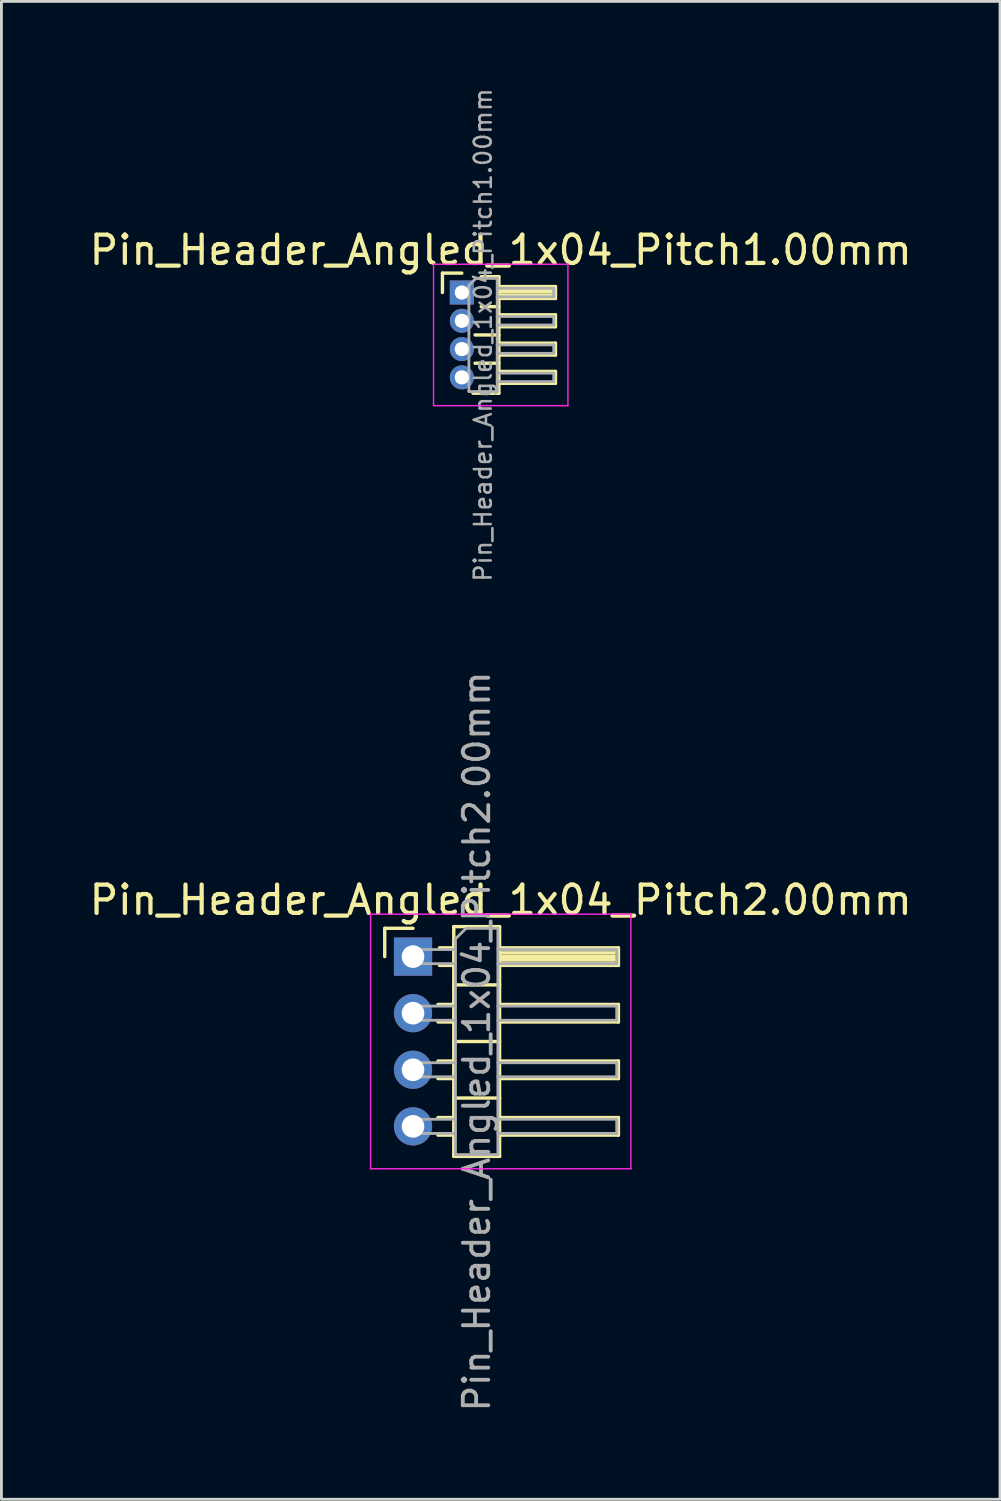
<source format=kicad_pcb>
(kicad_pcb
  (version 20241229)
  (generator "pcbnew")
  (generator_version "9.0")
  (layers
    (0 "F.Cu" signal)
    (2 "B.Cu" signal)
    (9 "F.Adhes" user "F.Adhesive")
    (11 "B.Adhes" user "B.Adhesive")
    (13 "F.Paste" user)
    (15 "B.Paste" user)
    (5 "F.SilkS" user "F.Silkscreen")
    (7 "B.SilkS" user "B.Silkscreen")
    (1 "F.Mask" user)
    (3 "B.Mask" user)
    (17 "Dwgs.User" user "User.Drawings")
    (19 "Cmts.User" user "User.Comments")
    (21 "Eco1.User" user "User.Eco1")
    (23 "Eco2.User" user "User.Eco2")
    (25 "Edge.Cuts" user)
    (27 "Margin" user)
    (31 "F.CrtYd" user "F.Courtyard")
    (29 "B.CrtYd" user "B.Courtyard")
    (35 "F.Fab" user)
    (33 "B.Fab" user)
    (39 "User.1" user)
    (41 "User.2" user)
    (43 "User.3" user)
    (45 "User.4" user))
  (footprint "Pin_Header_Angled_1x04_Pitch1.00mm"
    (layer "F.Cu")
    (at 13.274 7.289)
    (property "Reference" "Pin_Header_Angled_1x04_Pitch1.00mm" (at 1.375 -1.5 0) (layer "F.SilkS") (effects (font (size 1 1) (thickness 0.15))))
    (attr through_hole)
    (fp_line (start -0.685 -0.685) (end 0 -0.685) (stroke (width 0.12) (type solid)) (layer "F.SilkS"))
    (fp_line (start -0.685 0) (end -0.685 -0.685) (stroke (width 0.12) (type solid)) (layer "F.SilkS"))
    (fp_line (start 0.468 1.5) (end 1.31 1.5) (stroke (width 0.12) (type solid)) (layer "F.SilkS"))
    (fp_line (start 0.468 2.5) (end 1.31 2.5) (stroke (width 0.12) (type solid)) (layer "F.SilkS"))
    (fp_line (start 0.685 -0.56) (end 1.31 -0.56) (stroke (width 0.12) (type solid)) (layer "F.SilkS"))
    (fp_line (start 0.685 0.5) (end 1.31 0.5) (stroke (width 0.12) (type solid)) (layer "F.SilkS"))
    (fp_line (start 1.31 -0.56) (end 1.31 3.56) (stroke (width 0.12) (type solid)) (layer "F.SilkS"))
    (fp_line (start 1.31 -0.21) (end 3.31 -0.21) (stroke (width 0.12) (type solid)) (layer "F.SilkS"))
    (fp_line (start 1.31 -0.15) (end 3.31 -0.15) (stroke (width 0.12) (type solid)) (layer "F.SilkS"))
    (fp_line (start 1.31 -0.03) (end 3.31 -0.03) (stroke (width 0.12) (type solid)) (layer "F.SilkS"))
    (fp_line (start 1.31 0.09) (end 3.31 0.09) (stroke (width 0.12) (type solid)) (layer "F.SilkS"))
    (fp_line (start 1.31 0.79) (end 3.31 0.79) (stroke (width 0.12) (type solid)) (layer "F.SilkS"))
    (fp_line (start 1.31 1.79) (end 3.31 1.79) (stroke (width 0.12) (type solid)) (layer "F.SilkS"))
    (fp_line (start 1.31 2.79) (end 3.31 2.79) (stroke (width 0.12) (type solid)) (layer "F.SilkS"))
    (fp_line (start 1.31 3.56) (end 0.394 3.56) (stroke (width 0.12) (type solid)) (layer "F.SilkS"))
    (fp_line (start 3.31 -0.21) (end 3.31 0.21) (stroke (width 0.12) (type solid)) (layer "F.SilkS"))
    (fp_line (start 3.31 0.21) (end 1.31 0.21) (stroke (width 0.12) (type solid)) (layer "F.SilkS"))
    (fp_line (start 3.31 0.79) (end 3.31 1.21) (stroke (width 0.12) (type solid)) (layer "F.SilkS"))
    (fp_line (start 3.31 1.21) (end 1.31 1.21) (stroke (width 0.12) (type solid)) (layer "F.SilkS"))
    (fp_line (start 3.31 1.79) (end 3.31 2.21) (stroke (width 0.12) (type solid)) (layer "F.SilkS"))
    (fp_line (start 3.31 2.21) (end 1.31 2.21) (stroke (width 0.12) (type solid)) (layer "F.SilkS"))
    (fp_line (start 3.31 2.79) (end 3.31 3.21) (stroke (width 0.12) (type solid)) (layer "F.SilkS"))
    (fp_line (start 3.31 3.21) (end 1.31 3.21) (stroke (width 0.12) (type solid)) (layer "F.SilkS"))
    (fp_line (start -1 -1) (end -1 4) (stroke (width 0.05) (type solid)) (layer "F.CrtYd"))
    (fp_line (start -1 4) (end 3.75 4) (stroke (width 0.05) (type solid)) (layer "F.CrtYd"))
    (fp_line (start 3.75 -1) (end -1 -1) (stroke (width 0.05) (type solid)) (layer "F.CrtYd"))
    (fp_line (start 3.75 4) (end 3.75 -1) (stroke (width 0.05) (type solid)) (layer "F.CrtYd"))
    (fp_line (start -0.15 -0.15) (end -0.15 0.15) (stroke (width 0.1) (type solid)) (layer "F.Fab"))
    (fp_line (start -0.15 -0.15) (end 0.25 -0.15) (stroke (width 0.1) (type solid)) (layer "F.Fab"))
    (fp_line (start -0.15 0.15) (end 0.25 0.15) (stroke (width 0.1) (type solid)) (layer "F.Fab"))
    (fp_line (start -0.15 0.85) (end -0.15 1.15) (stroke (width 0.1) (type solid)) (layer "F.Fab"))
    (fp_line (start -0.15 0.85) (end 0.25 0.85) (stroke (width 0.1) (type solid)) (layer "F.Fab"))
    (fp_line (start -0.15 1.15) (end 0.25 1.15) (stroke (width 0.1) (type solid)) (layer "F.Fab"))
    (fp_line (start -0.15 1.85) (end -0.15 2.15) (stroke (width 0.1) (type solid)) (layer "F.Fab"))
    (fp_line (start -0.15 1.85) (end 0.25 1.85) (stroke (width 0.1) (type solid)) (layer "F.Fab"))
    (fp_line (start -0.15 2.15) (end 0.25 2.15) (stroke (width 0.1) (type solid)) (layer "F.Fab"))
    (fp_line (start -0.15 2.85) (end -0.15 3.15) (stroke (width 0.1) (type solid)) (layer "F.Fab"))
    (fp_line (start -0.15 2.85) (end 0.25 2.85) (stroke (width 0.1) (type solid)) (layer "F.Fab"))
    (fp_line (start -0.15 3.15) (end 0.25 3.15) (stroke (width 0.1) (type solid)) (layer "F.Fab"))
    (fp_line (start 0.25 -0.25) (end 0.5 -0.5) (stroke (width 0.1) (type solid)) (layer "F.Fab"))
    (fp_line (start 0.25 3.5) (end 0.25 -0.25) (stroke (width 0.1) (type solid)) (layer "F.Fab"))
    (fp_line (start 0.5 -0.5) (end 1.25 -0.5) (stroke (width 0.1) (type solid)) (layer "F.Fab"))
    (fp_line (start 1.25 -0.5) (end 1.25 3.5) (stroke (width 0.1) (type solid)) (layer "F.Fab"))
    (fp_line (start 1.25 -0.15) (end 3.25 -0.15) (stroke (width 0.1) (type solid)) (layer "F.Fab"))
    (fp_line (start 1.25 0.15) (end 3.25 0.15) (stroke (width 0.1) (type solid)) (layer "F.Fab"))
    (fp_line (start 1.25 0.85) (end 3.25 0.85) (stroke (width 0.1) (type solid)) (layer "F.Fab"))
    (fp_line (start 1.25 1.15) (end 3.25 1.15) (stroke (width 0.1) (type solid)) (layer "F.Fab"))
    (fp_line (start 1.25 1.85) (end 3.25 1.85) (stroke (width 0.1) (type solid)) (layer "F.Fab"))
    (fp_line (start 1.25 2.15) (end 3.25 2.15) (stroke (width 0.1) (type solid)) (layer "F.Fab"))
    (fp_line (start 1.25 2.85) (end 3.25 2.85) (stroke (width 0.1) (type solid)) (layer "F.Fab"))
    (fp_line (start 1.25 3.15) (end 3.25 3.15) (stroke (width 0.1) (type solid)) (layer "F.Fab"))
    (fp_line (start 1.25 3.5) (end 0.25 3.5) (stroke (width 0.1) (type solid)) (layer "F.Fab"))
    (fp_line (start 3.25 -0.15) (end 3.25 0.15) (stroke (width 0.1) (type solid)) (layer "F.Fab"))
    (fp_line (start 3.25 0.85) (end 3.25 1.15) (stroke (width 0.1) (type solid)) (layer "F.Fab"))
    (fp_line (start 3.25 1.85) (end 3.25 2.15) (stroke (width 0.1) (type solid)) (layer "F.Fab"))
    (fp_line (start 3.25 2.85) (end 3.25 3.15) (stroke (width 0.1) (type solid)) (layer "F.Fab"))
    (fp_text user "${REFERENCE}" (at 0.75 1.5 90) (layer "F.Fab") (effects (font (size 0.6 0.6) (thickness 0.09))))
    (pad "1" thru_hole rect (at 0 0) (size 0.85 0.85) (drill 0.5) (layers "*.Cu" "*.Mask"))
    (pad "2" thru_hole oval (at 0 1) (size 0.85 0.85) (drill 0.5) (layers "*.Cu" "*.Mask"))
    (pad "3" thru_hole oval (at 0 2) (size 0.85 0.85) (drill 0.5) (layers "*.Cu" "*.Mask"))
    (pad "4" thru_hole oval (at 0 3) (size 0.85 0.85) (drill 0.5) (layers "*.Cu" "*.Mask")))
  (footprint "Pin_Header_Angled_1x04_Pitch2.00mm"
    (layer "F.Cu")
    (at 11.549 30.763)
    (property "Reference" "Pin_Header_Angled_1x04_Pitch2.00mm" (at 3.1 -2 0) (layer "F.SilkS") (effects (font (size 1 1) (thickness 0.15))))
    (attr through_hole)
    (fp_line (start -1 -1) (end 0 -1) (stroke (width 0.12) (type solid)) (layer "F.SilkS"))
    (fp_line (start -1 0) (end -1 -1) (stroke (width 0.12) (type solid)) (layer "F.SilkS"))
    (fp_line (start 0.882 1.69) (end 1.44 1.69) (stroke (width 0.12) (type solid)) (layer "F.SilkS"))
    (fp_line (start 0.882 2.31) (end 1.44 2.31) (stroke (width 0.12) (type solid)) (layer "F.SilkS"))
    (fp_line (start 0.882 3.69) (end 1.44 3.69) (stroke (width 0.12) (type solid)) (layer "F.SilkS"))
    (fp_line (start 0.882 4.31) (end 1.44 4.31) (stroke (width 0.12) (type solid)) (layer "F.SilkS"))
    (fp_line (start 0.882 5.69) (end 1.44 5.69) (stroke (width 0.12) (type solid)) (layer "F.SilkS"))
    (fp_line (start 0.882 6.31) (end 1.44 6.31) (stroke (width 0.12) (type solid)) (layer "F.SilkS"))
    (fp_line (start 0.935 -0.31) (end 1.44 -0.31) (stroke (width 0.12) (type solid)) (layer "F.SilkS"))
    (fp_line (start 0.935 0.31) (end 1.44 0.31) (stroke (width 0.12) (type solid)) (layer "F.SilkS"))
    (fp_line (start 1.44 -1.06) (end 1.44 7.06) (stroke (width 0.12) (type solid)) (layer "F.SilkS"))
    (fp_line (start 1.44 1) (end 3.06 1) (stroke (width 0.12) (type solid)) (layer "F.SilkS"))
    (fp_line (start 1.44 3) (end 3.06 3) (stroke (width 0.12) (type solid)) (layer "F.SilkS"))
    (fp_line (start 1.44 5) (end 3.06 5) (stroke (width 0.12) (type solid)) (layer "F.SilkS"))
    (fp_line (start 1.44 7.06) (end 3.06 7.06) (stroke (width 0.12) (type solid)) (layer "F.SilkS"))
    (fp_line (start 3.06 -1.06) (end 1.44 -1.06) (stroke (width 0.12) (type solid)) (layer "F.SilkS"))
    (fp_line (start 3.06 -0.31) (end 7.26 -0.31) (stroke (width 0.12) (type solid)) (layer "F.SilkS"))
    (fp_line (start 3.06 -0.25) (end 7.26 -0.25) (stroke (width 0.12) (type solid)) (layer "F.SilkS"))
    (fp_line (start 3.06 -0.13) (end 7.26 -0.13) (stroke (width 0.12) (type solid)) (layer "F.SilkS"))
    (fp_line (start 3.06 -0.01) (end 7.26 -0.01) (stroke (width 0.12) (type solid)) (layer "F.SilkS"))
    (fp_line (start 3.06 0.11) (end 7.26 0.11) (stroke (width 0.12) (type solid)) (layer "F.SilkS"))
    (fp_line (start 3.06 0.23) (end 7.26 0.23) (stroke (width 0.12) (type solid)) (layer "F.SilkS"))
    (fp_line (start 3.06 1.69) (end 7.26 1.69) (stroke (width 0.12) (type solid)) (layer "F.SilkS"))
    (fp_line (start 3.06 3.69) (end 7.26 3.69) (stroke (width 0.12) (type solid)) (layer "F.SilkS"))
    (fp_line (start 3.06 5.69) (end 7.26 5.69) (stroke (width 0.12) (type solid)) (layer "F.SilkS"))
    (fp_line (start 3.06 7.06) (end 3.06 -1.06) (stroke (width 0.12) (type solid)) (layer "F.SilkS"))
    (fp_line (start 7.26 -0.31) (end 7.26 0.31) (stroke (width 0.12) (type solid)) (layer "F.SilkS"))
    (fp_line (start 7.26 0.31) (end 3.06 0.31) (stroke (width 0.12) (type solid)) (layer "F.SilkS"))
    (fp_line (start 7.26 1.69) (end 7.26 2.31) (stroke (width 0.12) (type solid)) (layer "F.SilkS"))
    (fp_line (start 7.26 2.31) (end 3.06 2.31) (stroke (width 0.12) (type solid)) (layer "F.SilkS"))
    (fp_line (start 7.26 3.69) (end 7.26 4.31) (stroke (width 0.12) (type solid)) (layer "F.SilkS"))
    (fp_line (start 7.26 4.31) (end 3.06 4.31) (stroke (width 0.12) (type solid)) (layer "F.SilkS"))
    (fp_line (start 7.26 5.69) (end 7.26 6.31) (stroke (width 0.12) (type solid)) (layer "F.SilkS"))
    (fp_line (start 7.26 6.31) (end 3.06 6.31) (stroke (width 0.12) (type solid)) (layer "F.SilkS"))
    (fp_line (start -1.5 -1.5) (end -1.5 7.5) (stroke (width 0.05) (type solid)) (layer "F.CrtYd"))
    (fp_line (start -1.5 7.5) (end 7.7 7.5) (stroke (width 0.05) (type solid)) (layer "F.CrtYd"))
    (fp_line (start 7.7 -1.5) (end -1.5 -1.5) (stroke (width 0.05) (type solid)) (layer "F.CrtYd"))
    (fp_line (start 7.7 7.5) (end 7.7 -1.5) (stroke (width 0.05) (type solid)) (layer "F.CrtYd"))
    (fp_line (start -0.25 -0.25) (end -0.25 0.25) (stroke (width 0.1) (type solid)) (layer "F.Fab"))
    (fp_line (start -0.25 -0.25) (end 1.5 -0.25) (stroke (width 0.1) (type solid)) (layer "F.Fab"))
    (fp_line (start -0.25 0.25) (end 1.5 0.25) (stroke (width 0.1) (type solid)) (layer "F.Fab"))
    (fp_line (start -0.25 1.75) (end -0.25 2.25) (stroke (width 0.1) (type solid)) (layer "F.Fab"))
    (fp_line (start -0.25 1.75) (end 1.5 1.75) (stroke (width 0.1) (type solid)) (layer "F.Fab"))
    (fp_line (start -0.25 2.25) (end 1.5 2.25) (stroke (width 0.1) (type solid)) (layer "F.Fab"))
    (fp_line (start -0.25 3.75) (end -0.25 4.25) (stroke (width 0.1) (type solid)) (layer "F.Fab"))
    (fp_line (start -0.25 3.75) (end 1.5 3.75) (stroke (width 0.1) (type solid)) (layer "F.Fab"))
    (fp_line (start -0.25 4.25) (end 1.5 4.25) (stroke (width 0.1) (type solid)) (layer "F.Fab"))
    (fp_line (start -0.25 5.75) (end -0.25 6.25) (stroke (width 0.1) (type solid)) (layer "F.Fab"))
    (fp_line (start -0.25 5.75) (end 1.5 5.75) (stroke (width 0.1) (type solid)) (layer "F.Fab"))
    (fp_line (start -0.25 6.25) (end 1.5 6.25) (stroke (width 0.1) (type solid)) (layer "F.Fab"))
    (fp_line (start 1.5 -0.625) (end 1.875 -1) (stroke (width 0.1) (type solid)) (layer "F.Fab"))
    (fp_line (start 1.5 7) (end 1.5 -0.625) (stroke (width 0.1) (type solid)) (layer "F.Fab"))
    (fp_line (start 1.875 -1) (end 3 -1) (stroke (width 0.1) (type solid)) (layer "F.Fab"))
    (fp_line (start 3 -1) (end 3 7) (stroke (width 0.1) (type solid)) (layer "F.Fab"))
    (fp_line (start 3 -0.25) (end 7.2 -0.25) (stroke (width 0.1) (type solid)) (layer "F.Fab"))
    (fp_line (start 3 0.25) (end 7.2 0.25) (stroke (width 0.1) (type solid)) (layer "F.Fab"))
    (fp_line (start 3 1.75) (end 7.2 1.75) (stroke (width 0.1) (type solid)) (layer "F.Fab"))
    (fp_line (start 3 2.25) (end 7.2 2.25) (stroke (width 0.1) (type solid)) (layer "F.Fab"))
    (fp_line (start 3 3.75) (end 7.2 3.75) (stroke (width 0.1) (type solid)) (layer "F.Fab"))
    (fp_line (start 3 4.25) (end 7.2 4.25) (stroke (width 0.1) (type solid)) (layer "F.Fab"))
    (fp_line (start 3 5.75) (end 7.2 5.75) (stroke (width 0.1) (type solid)) (layer "F.Fab"))
    (fp_line (start 3 6.25) (end 7.2 6.25) (stroke (width 0.1) (type solid)) (layer "F.Fab"))
    (fp_line (start 3 7) (end 1.5 7) (stroke (width 0.1) (type solid)) (layer "F.Fab"))
    (fp_line (start 7.2 -0.25) (end 7.2 0.25) (stroke (width 0.1) (type solid)) (layer "F.Fab"))
    (fp_line (start 7.2 1.75) (end 7.2 2.25) (stroke (width 0.1) (type solid)) (layer "F.Fab"))
    (fp_line (start 7.2 3.75) (end 7.2 4.25) (stroke (width 0.1) (type solid)) (layer "F.Fab"))
    (fp_line (start 7.2 5.75) (end 7.2 6.25) (stroke (width 0.1) (type solid)) (layer "F.Fab"))
    (fp_text user "${REFERENCE}" (at 2.25 3 90) (layer "F.Fab") (effects (font (size 0.9 0.9) (thickness 0.135))))
    (pad "1" thru_hole rect (at 0 0) (size 1.35 1.35) (drill 0.8) (layers "*.Cu" "*.Mask"))
    (pad "2" thru_hole oval (at 0 2) (size 1.35 1.35) (drill 0.8) (layers "*.Cu" "*.Mask"))
    (pad "3" thru_hole oval (at 0 4) (size 1.35 1.35) (drill 0.8) (layers "*.Cu" "*.Mask"))
    (pad "4" thru_hole oval (at 0 6) (size 1.35 1.35) (drill 0.8) (layers "*.Cu" "*.Mask")))
  (gr_rect
    (start -3 -3)
    (end 32.298 49.946)
    (stroke (width 0.1) (type default))
    (fill no)
    (layer "Edge.Cuts")))
</source>
